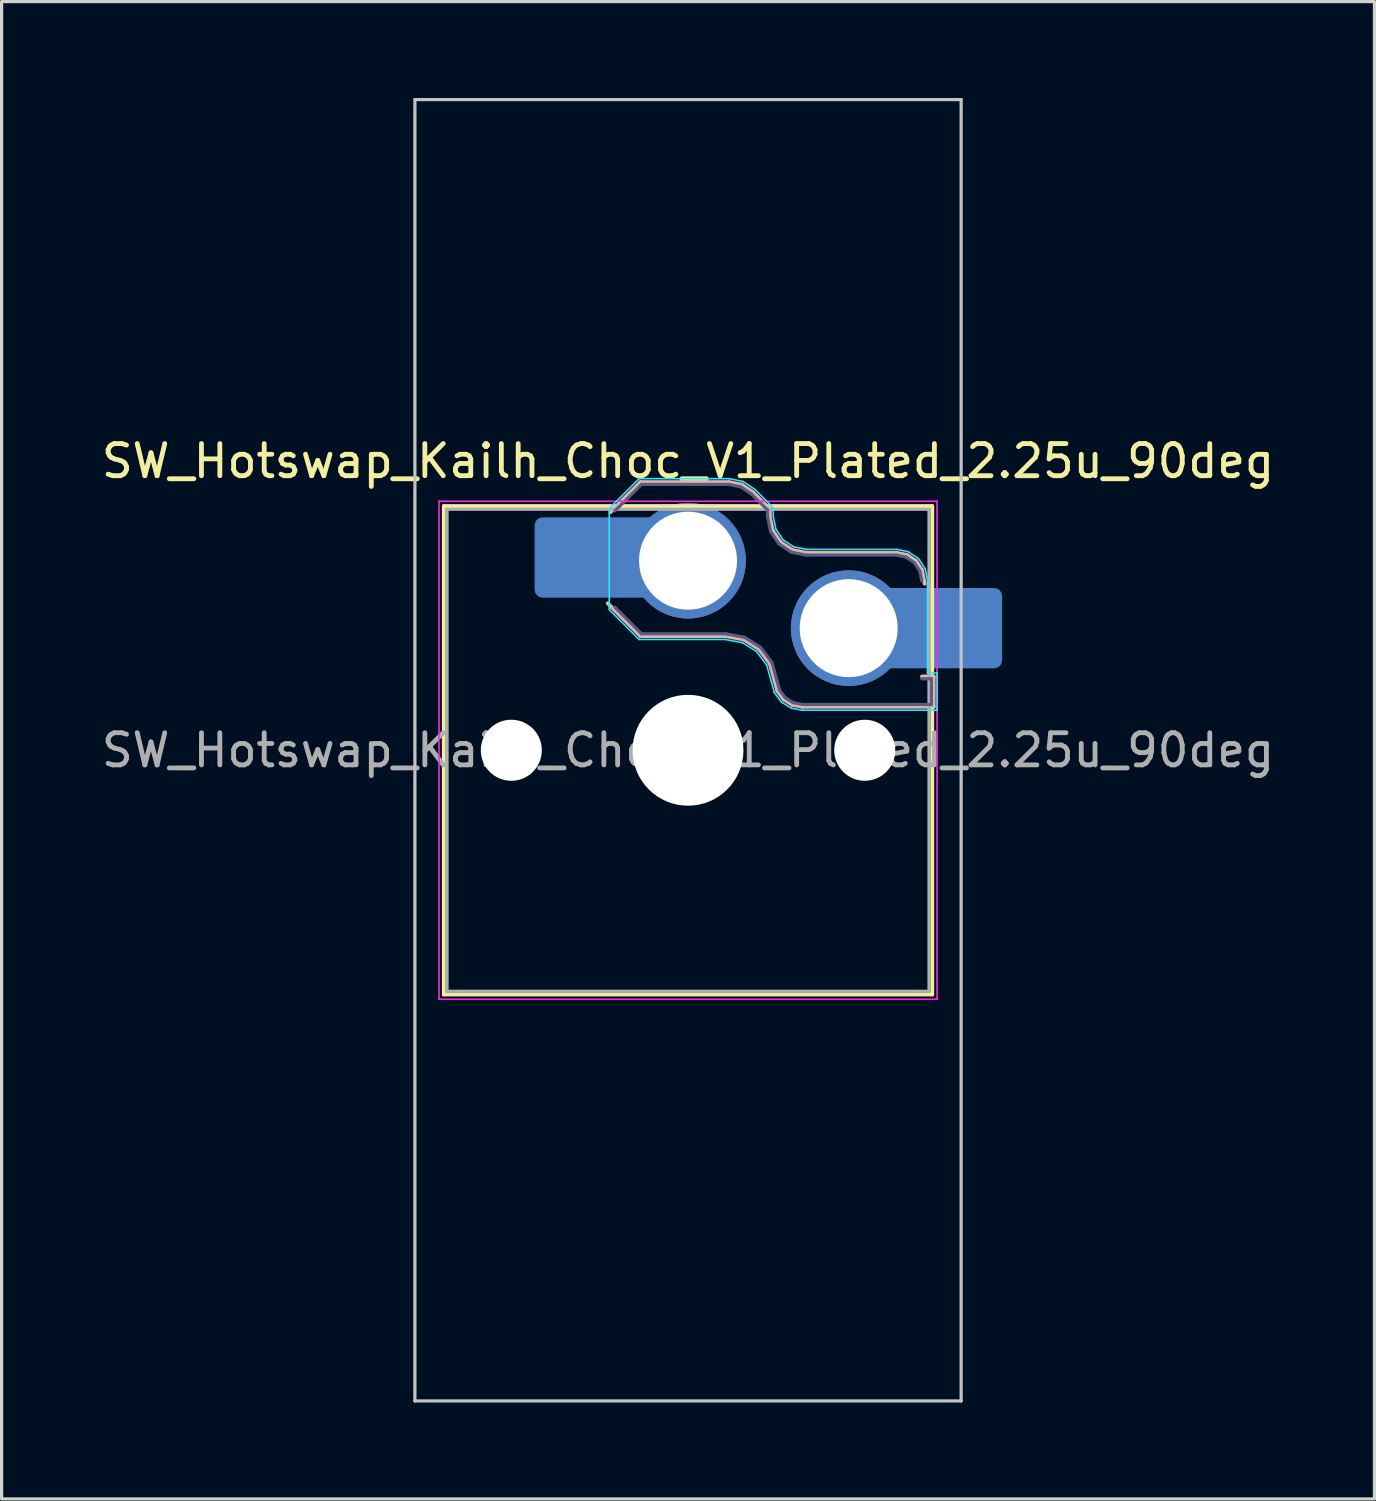
<source format=kicad_pcb>
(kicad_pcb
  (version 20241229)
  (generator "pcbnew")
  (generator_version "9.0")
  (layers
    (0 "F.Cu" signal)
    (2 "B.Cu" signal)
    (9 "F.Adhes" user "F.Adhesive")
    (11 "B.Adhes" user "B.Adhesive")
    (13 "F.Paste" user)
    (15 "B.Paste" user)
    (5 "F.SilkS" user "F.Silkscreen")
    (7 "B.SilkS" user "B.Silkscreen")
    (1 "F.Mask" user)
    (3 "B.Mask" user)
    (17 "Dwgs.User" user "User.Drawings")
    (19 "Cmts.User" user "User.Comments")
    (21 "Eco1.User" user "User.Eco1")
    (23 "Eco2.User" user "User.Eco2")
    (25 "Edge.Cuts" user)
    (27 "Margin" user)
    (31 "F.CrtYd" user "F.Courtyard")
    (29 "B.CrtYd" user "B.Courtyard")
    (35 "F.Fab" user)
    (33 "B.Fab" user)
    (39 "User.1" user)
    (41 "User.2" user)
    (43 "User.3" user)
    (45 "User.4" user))
  (footprint "SW_Hotswap_Kailh_Choc_V1_Plated_2.25u_90deg"
    (layer "F.Cu")
    (at 18.363 20.3)
    (property "Reference" "SW_Hotswap_Kailh_Choc_V1_Plated_2.25u_90deg" (at 0 -9 0) (layer "F.SilkS") (effects (font (size 1 1) (thickness 0.15))))
    (attr smd)
    (fp_line (start -7.6 -7.6) (end -7.6 7.6) (stroke (width 0.12) (type solid)) (layer "F.SilkS"))
    (fp_line (start -7.6 7.6) (end 7.6 7.6) (stroke (width 0.12) (type solid)) (layer "F.SilkS"))
    (fp_line (start 7.6 -7.6) (end -7.6 -7.6) (stroke (width 0.12) (type solid)) (layer "F.SilkS"))
    (fp_line (start 7.6 7.6) (end 7.6 -7.6) (stroke (width 0.12) (type solid)) (layer "F.SilkS"))
    (fp_line (start -2.416 -7.409) (end -1.479 -8.346) (stroke (width 0.12) (type solid)) (layer "B.SilkS"))
    (fp_line (start -1.479 -8.346) (end 1.268 -8.346) (stroke (width 0.12) (type solid)) (layer "B.SilkS"))
    (fp_line (start -1.479 -3.554) (end -2.5 -4.575) (stroke (width 0.12) (type solid)) (layer "B.SilkS"))
    (fp_line (start 1.168 -3.554) (end -1.479 -3.554) (stroke (width 0.12) (type solid)) (layer "B.SilkS"))
    (fp_line (start 1.268 -8.346) (end 1.671 -8.266) (stroke (width 0.12) (type solid)) (layer "B.SilkS"))
    (fp_line (start 1.671 -8.266) (end 2.013 -8.037) (stroke (width 0.12) (type solid)) (layer "B.SilkS"))
    (fp_line (start 1.73 -3.449) (end 1.168 -3.554) (stroke (width 0.12) (type solid)) (layer "B.SilkS"))
    (fp_line (start 2.013 -8.037) (end 2.546 -7.504) (stroke (width 0.12) (type solid)) (layer "B.SilkS"))
    (fp_line (start 2.209 -3.15) (end 1.73 -3.449) (stroke (width 0.12) (type solid)) (layer "B.SilkS"))
    (fp_line (start 2.546 -7.504) (end 2.546 -7.282) (stroke (width 0.12) (type solid)) (layer "B.SilkS"))
    (fp_line (start 2.546 -7.282) (end 2.633 -6.844) (stroke (width 0.12) (type solid)) (layer "B.SilkS"))
    (fp_line (start 2.547 -2.697) (end 2.209 -3.15) (stroke (width 0.12) (type solid)) (layer "B.SilkS"))
    (fp_line (start 2.633 -6.844) (end 2.877 -6.477) (stroke (width 0.12) (type solid)) (layer "B.SilkS"))
    (fp_line (start 2.701 -2.139) (end 2.547 -2.697) (stroke (width 0.12) (type solid)) (layer "B.SilkS"))
    (fp_line (start 2.783 -1.841) (end 2.701 -2.139) (stroke (width 0.12) (type solid)) (layer "B.SilkS"))
    (fp_line (start 2.877 -6.477) (end 3.244 -6.233) (stroke (width 0.12) (type solid)) (layer "B.SilkS"))
    (fp_line (start 2.976 -1.583) (end 2.783 -1.841) (stroke (width 0.12) (type solid)) (layer "B.SilkS"))
    (fp_line (start 3.244 -6.233) (end 3.682 -6.146) (stroke (width 0.12) (type solid)) (layer "B.SilkS"))
    (fp_line (start 3.25 -1.413) (end 2.976 -1.583) (stroke (width 0.12) (type solid)) (layer "B.SilkS"))
    (fp_line (start 3.56 -1.354) (end 3.25 -1.413) (stroke (width 0.12) (type solid)) (layer "B.SilkS"))
    (fp_line (start 3.682 -6.146) (end 6.482 -6.146) (stroke (width 0.12) (type solid)) (layer "B.SilkS"))
    (fp_line (start 6.482 -6.146) (end 6.809 -6.081) (stroke (width 0.12) (type solid)) (layer "B.SilkS"))
    (fp_line (start 6.809 -6.081) (end 7.092 -5.892) (stroke (width 0.12) (type solid)) (layer "B.SilkS"))
    (fp_line (start 7.092 -5.892) (end 7.281 -5.609) (stroke (width 0.12) (type solid)) (layer "B.SilkS"))
    (fp_line (start 7.281 -5.609) (end 7.366 -5.182) (stroke (width 0.12) (type solid)) (layer "B.SilkS"))
    (fp_line (start 7.283 -2.296) (end 7.646 -2.296) (stroke (width 0.12) (type solid)) (layer "B.SilkS"))
    (fp_line (start 7.646 -2.296) (end 7.646 -1.354) (stroke (width 0.12) (type solid)) (layer "B.SilkS"))
    (fp_line (start 7.646 -1.354) (end 3.56 -1.354) (stroke (width 0.12) (type solid)) (layer "B.SilkS"))
    (fp_line (start -8.5 -20.25) (end 8.5 -20.25) (stroke (width 0.1) (type solid)) (layer "Dwgs.User"))
    (fp_line (start -8.5 20.25) (end -8.5 -20.25) (stroke (width 0.1) (type solid)) (layer "Dwgs.User"))
    (fp_line (start 8.5 -20.25) (end 8.5 20.25) (stroke (width 0.1) (type solid)) (layer "Dwgs.User"))
    (fp_line (start 8.5 20.25) (end -8.5 20.25) (stroke (width 0.1) (type solid)) (layer "Dwgs.User"))
    (fp_line (start -7.25 -7.25) (end -7.25 7.25) (stroke (width 0.1) (type solid)) (layer "Eco1.User"))
    (fp_line (start -7.25 7.25) (end 7.25 7.25) (stroke (width 0.1) (type solid)) (layer "Eco1.User"))
    (fp_line (start 7.25 -7.25) (end -7.25 -7.25) (stroke (width 0.1) (type solid)) (layer "Eco1.User"))
    (fp_line (start 7.25 7.25) (end 7.25 -7.25) (stroke (width 0.1) (type solid)) (layer "Eco1.User"))
    (fp_line (start -2.452 -7.523) (end -1.523 -8.452) (stroke (width 0.05) (type solid)) (layer "B.CrtYd"))
    (fp_line (start -2.452 -4.377) (end -2.452 -7.523) (stroke (width 0.05) (type solid)) (layer "B.CrtYd"))
    (fp_line (start -1.523 -8.452) (end 1.278 -8.452) (stroke (width 0.05) (type solid)) (layer "B.CrtYd"))
    (fp_line (start -1.523 -3.448) (end -2.452 -4.377) (stroke (width 0.05) (type solid)) (layer "B.CrtYd"))
    (fp_line (start 1.159 -3.448) (end -1.523 -3.448) (stroke (width 0.05) (type solid)) (layer "B.CrtYd"))
    (fp_line (start 1.278 -8.452) (end 1.712 -8.366) (stroke (width 0.05) (type solid)) (layer "B.CrtYd"))
    (fp_line (start 1.691 -3.348) (end 1.159 -3.448) (stroke (width 0.05) (type solid)) (layer "B.CrtYd"))
    (fp_line (start 1.712 -8.366) (end 2.081 -8.119) (stroke (width 0.05) (type solid)) (layer "B.CrtYd"))
    (fp_line (start 2.081 -8.119) (end 2.652 -7.548) (stroke (width 0.05) (type solid)) (layer "B.CrtYd"))
    (fp_line (start 2.136 -3.071) (end 1.691 -3.348) (stroke (width 0.05) (type solid)) (layer "B.CrtYd"))
    (fp_line (start 2.45 -2.65) (end 2.136 -3.071) (stroke (width 0.05) (type solid)) (layer "B.CrtYd"))
    (fp_line (start 2.599 -2.111) (end 2.45 -2.65) (stroke (width 0.05) (type solid)) (layer "B.CrtYd"))
    (fp_line (start 2.652 -7.548) (end 2.652 -7.292) (stroke (width 0.05) (type solid)) (layer "B.CrtYd"))
    (fp_line (start 2.652 -7.292) (end 2.733 -6.885) (stroke (width 0.05) (type solid)) (layer "B.CrtYd"))
    (fp_line (start 2.687 -1.794) (end 2.599 -2.111) (stroke (width 0.05) (type solid)) (layer "B.CrtYd"))
    (fp_line (start 2.733 -6.885) (end 2.953 -6.553) (stroke (width 0.05) (type solid)) (layer "B.CrtYd"))
    (fp_line (start 2.903 -1.503) (end 2.687 -1.794) (stroke (width 0.05) (type solid)) (layer "B.CrtYd"))
    (fp_line (start 2.953 -6.553) (end 3.285 -6.333) (stroke (width 0.05) (type solid)) (layer "B.CrtYd"))
    (fp_line (start 3.211 -1.312) (end 2.903 -1.503) (stroke (width 0.05) (type solid)) (layer "B.CrtYd"))
    (fp_line (start 3.285 -6.333) (end 3.692 -6.252) (stroke (width 0.05) (type solid)) (layer "B.CrtYd"))
    (fp_line (start 3.55 -1.248) (end 3.211 -1.312) (stroke (width 0.05) (type solid)) (layer "B.CrtYd"))
    (fp_line (start 3.692 -6.252) (end 6.492 -6.252) (stroke (width 0.05) (type solid)) (layer "B.CrtYd"))
    (fp_line (start 6.492 -6.252) (end 6.85 -6.181) (stroke (width 0.05) (type solid)) (layer "B.CrtYd"))
    (fp_line (start 6.85 -6.181) (end 7.168 -5.968) (stroke (width 0.05) (type solid)) (layer "B.CrtYd"))
    (fp_line (start 7.168 -5.968) (end 7.381 -5.65) (stroke (width 0.05) (type solid)) (layer "B.CrtYd"))
    (fp_line (start 7.381 -5.65) (end 7.452 -5.292) (stroke (width 0.05) (type solid)) (layer "B.CrtYd"))
    (fp_line (start 7.452 -5.292) (end 7.452 -2.402) (stroke (width 0.05) (type solid)) (layer "B.CrtYd"))
    (fp_line (start 7.452 -2.402) (end 7.752 -2.402) (stroke (width 0.05) (type solid)) (layer "B.CrtYd"))
    (fp_line (start 7.752 -2.402) (end 7.752 -1.248) (stroke (width 0.05) (type solid)) (layer "B.CrtYd"))
    (fp_line (start 7.752 -1.248) (end 3.55 -1.248) (stroke (width 0.05) (type solid)) (layer "B.CrtYd"))
    (fp_line (start -7.75 -7.75) (end -7.75 7.75) (stroke (width 0.05) (type solid)) (layer "F.CrtYd"))
    (fp_line (start -7.75 7.75) (end 7.75 7.75) (stroke (width 0.05) (type solid)) (layer "F.CrtYd"))
    (fp_line (start 7.75 -7.75) (end -7.75 -7.75) (stroke (width 0.05) (type solid)) (layer "F.CrtYd"))
    (fp_line (start 7.75 7.75) (end 7.75 -7.75) (stroke (width 0.05) (type solid)) (layer "F.CrtYd"))
    (fp_line (start -2.275 -7.45) (end -1.45 -8.275) (stroke (width 0.1) (type solid)) (layer "B.Fab"))
    (fp_line (start -1.45 -8.275) (end 1.261 -8.275) (stroke (width 0.1) (type solid)) (layer "B.Fab"))
    (fp_line (start -1.45 -3.625) (end -2.275 -4.45) (stroke (width 0.1) (type solid)) (layer "B.Fab"))
    (fp_line (start 1.175 -3.625) (end -1.45 -3.625) (stroke (width 0.1) (type solid)) (layer "B.Fab"))
    (fp_line (start 1.261 -8.275) (end 1.643 -8.199) (stroke (width 0.1) (type solid)) (layer "B.Fab"))
    (fp_line (start 1.643 -8.199) (end 1.968 -7.982) (stroke (width 0.1) (type solid)) (layer "B.Fab"))
    (fp_line (start 1.756 -3.516) (end 1.175 -3.625) (stroke (width 0.1) (type solid)) (layer "B.Fab"))
    (fp_line (start 1.968 -7.982) (end 2.475 -7.475) (stroke (width 0.1) (type solid)) (layer "B.Fab"))
    (fp_line (start 2.258 -3.203) (end 1.756 -3.516) (stroke (width 0.1) (type solid)) (layer "B.Fab"))
    (fp_line (start 2.475 -7.475) (end 2.475 -7.275) (stroke (width 0.1) (type solid)) (layer "B.Fab"))
    (fp_line (start 2.475 -7.275) (end 2.566 -6.816) (stroke (width 0.1) (type solid)) (layer "B.Fab"))
    (fp_line (start 2.566 -6.816) (end 2.826 -6.426) (stroke (width 0.1) (type solid)) (layer "B.Fab"))
    (fp_line (start 2.612 -2.729) (end 2.258 -3.203) (stroke (width 0.1) (type solid)) (layer "B.Fab"))
    (fp_line (start 2.769 -2.158) (end 2.612 -2.729) (stroke (width 0.1) (type solid)) (layer "B.Fab"))
    (fp_line (start 2.826 -6.426) (end 3.216 -6.166) (stroke (width 0.1) (type solid)) (layer "B.Fab"))
    (fp_line (start 2.848 -1.873) (end 2.769 -2.158) (stroke (width 0.1) (type solid)) (layer "B.Fab"))
    (fp_line (start 3.025 -1.636) (end 2.848 -1.873) (stroke (width 0.1) (type solid)) (layer "B.Fab"))
    (fp_line (start 3.216 -6.166) (end 3.675 -6.075) (stroke (width 0.1) (type solid)) (layer "B.Fab"))
    (fp_line (start 3.276 -1.48) (end 3.025 -1.636) (stroke (width 0.1) (type solid)) (layer "B.Fab"))
    (fp_line (start 3.567 -1.425) (end 3.276 -1.48) (stroke (width 0.1) (type solid)) (layer "B.Fab"))
    (fp_line (start 3.675 -6.075) (end 6.475 -6.075) (stroke (width 0.1) (type solid)) (layer "B.Fab"))
    (fp_line (start 6.475 -6.075) (end 6.781 -6.014) (stroke (width 0.1) (type solid)) (layer "B.Fab"))
    (fp_line (start 6.781 -6.014) (end 7.041 -5.841) (stroke (width 0.1) (type solid)) (layer "B.Fab"))
    (fp_line (start 7.041 -5.841) (end 7.214 -5.581) (stroke (width 0.1) (type solid)) (layer "B.Fab"))
    (fp_line (start 7.214 -5.581) (end 7.275 -5.275) (stroke (width 0.1) (type solid)) (layer "B.Fab"))
    (fp_line (start 7.275 -2.225) (end 7.575 -2.225) (stroke (width 0.1) (type solid)) (layer "B.Fab"))
    (fp_line (start 7.575 -2.225) (end 7.575 -1.425) (stroke (width 0.1) (type solid)) (layer "B.Fab"))
    (fp_line (start 7.575 -1.425) (end 3.567 -1.425) (stroke (width 0.1) (type solid)) (layer "B.Fab"))
    (fp_line (start -7.5 -7.5) (end -7.5 7.5) (stroke (width 0.1) (type solid)) (layer "F.Fab"))
    (fp_line (start -7.5 7.5) (end 7.5 7.5) (stroke (width 0.1) (type solid)) (layer "F.Fab"))
    (fp_line (start 7.5 -7.5) (end -7.5 -7.5) (stroke (width 0.1) (type solid)) (layer "F.Fab"))
    (fp_line (start 7.5 7.5) (end 7.5 -7.5) (stroke (width 0.1) (type solid)) (layer "F.Fab"))
    (fp_text user "${REFERENCE}" (at 0 0 0) (layer "F.Fab") (effects (font (size 1 1) (thickness 0.15))))
    (pad "" np_thru_hole circle (at -5.5 0) (size 1.9 1.9) (drill 1.9) (layers "*.Cu" "*.Mask"))
    (pad "" smd roundrect (at -3.5 -6) (size 2.55 2.5) (layers "B.Mask" "B.Paste") (roundrect_rratio 0.1))
    (pad "" np_thru_hole circle (at 0 0) (size 3.45 3.45) (drill 3.45) (layers "*.Cu" "*.Mask"))
    (pad "" np_thru_hole circle (at 5.5 0) (size 1.9 1.9) (drill 1.9) (layers "*.Cu" "*.Mask"))
    (pad "" smd roundrect (at 8.5 -3.8) (size 2.55 2.5) (layers "B.Mask" "B.Paste") (roundrect_rratio 0.1))
    (pad "1" smd roundrect (at -2.85 -6) (size 3.85 2.5) (layers "B.Cu") (roundrect_rratio 0.1))
    (pad "1" thru_hole circle (at 0 -5.9) (size 3.6 3.6) (drill 3.05) (layers "*.Cu" "*.Mask"))
    (pad "2" thru_hole circle (at 5 -3.8) (size 3.6 3.6) (drill 3.05) (layers "*.Cu" "*.Mask"))
    (pad "2" smd roundrect (at 7.85 -3.8) (size 3.85 2.5) (layers "B.Cu") (roundrect_rratio 0.1)))
  (gr_rect
    (start -3 -3)
    (end 39.726 43.6)
    (stroke (width 0.1) (type default))
    (fill no)
    (layer "Edge.Cuts")))
</source>
